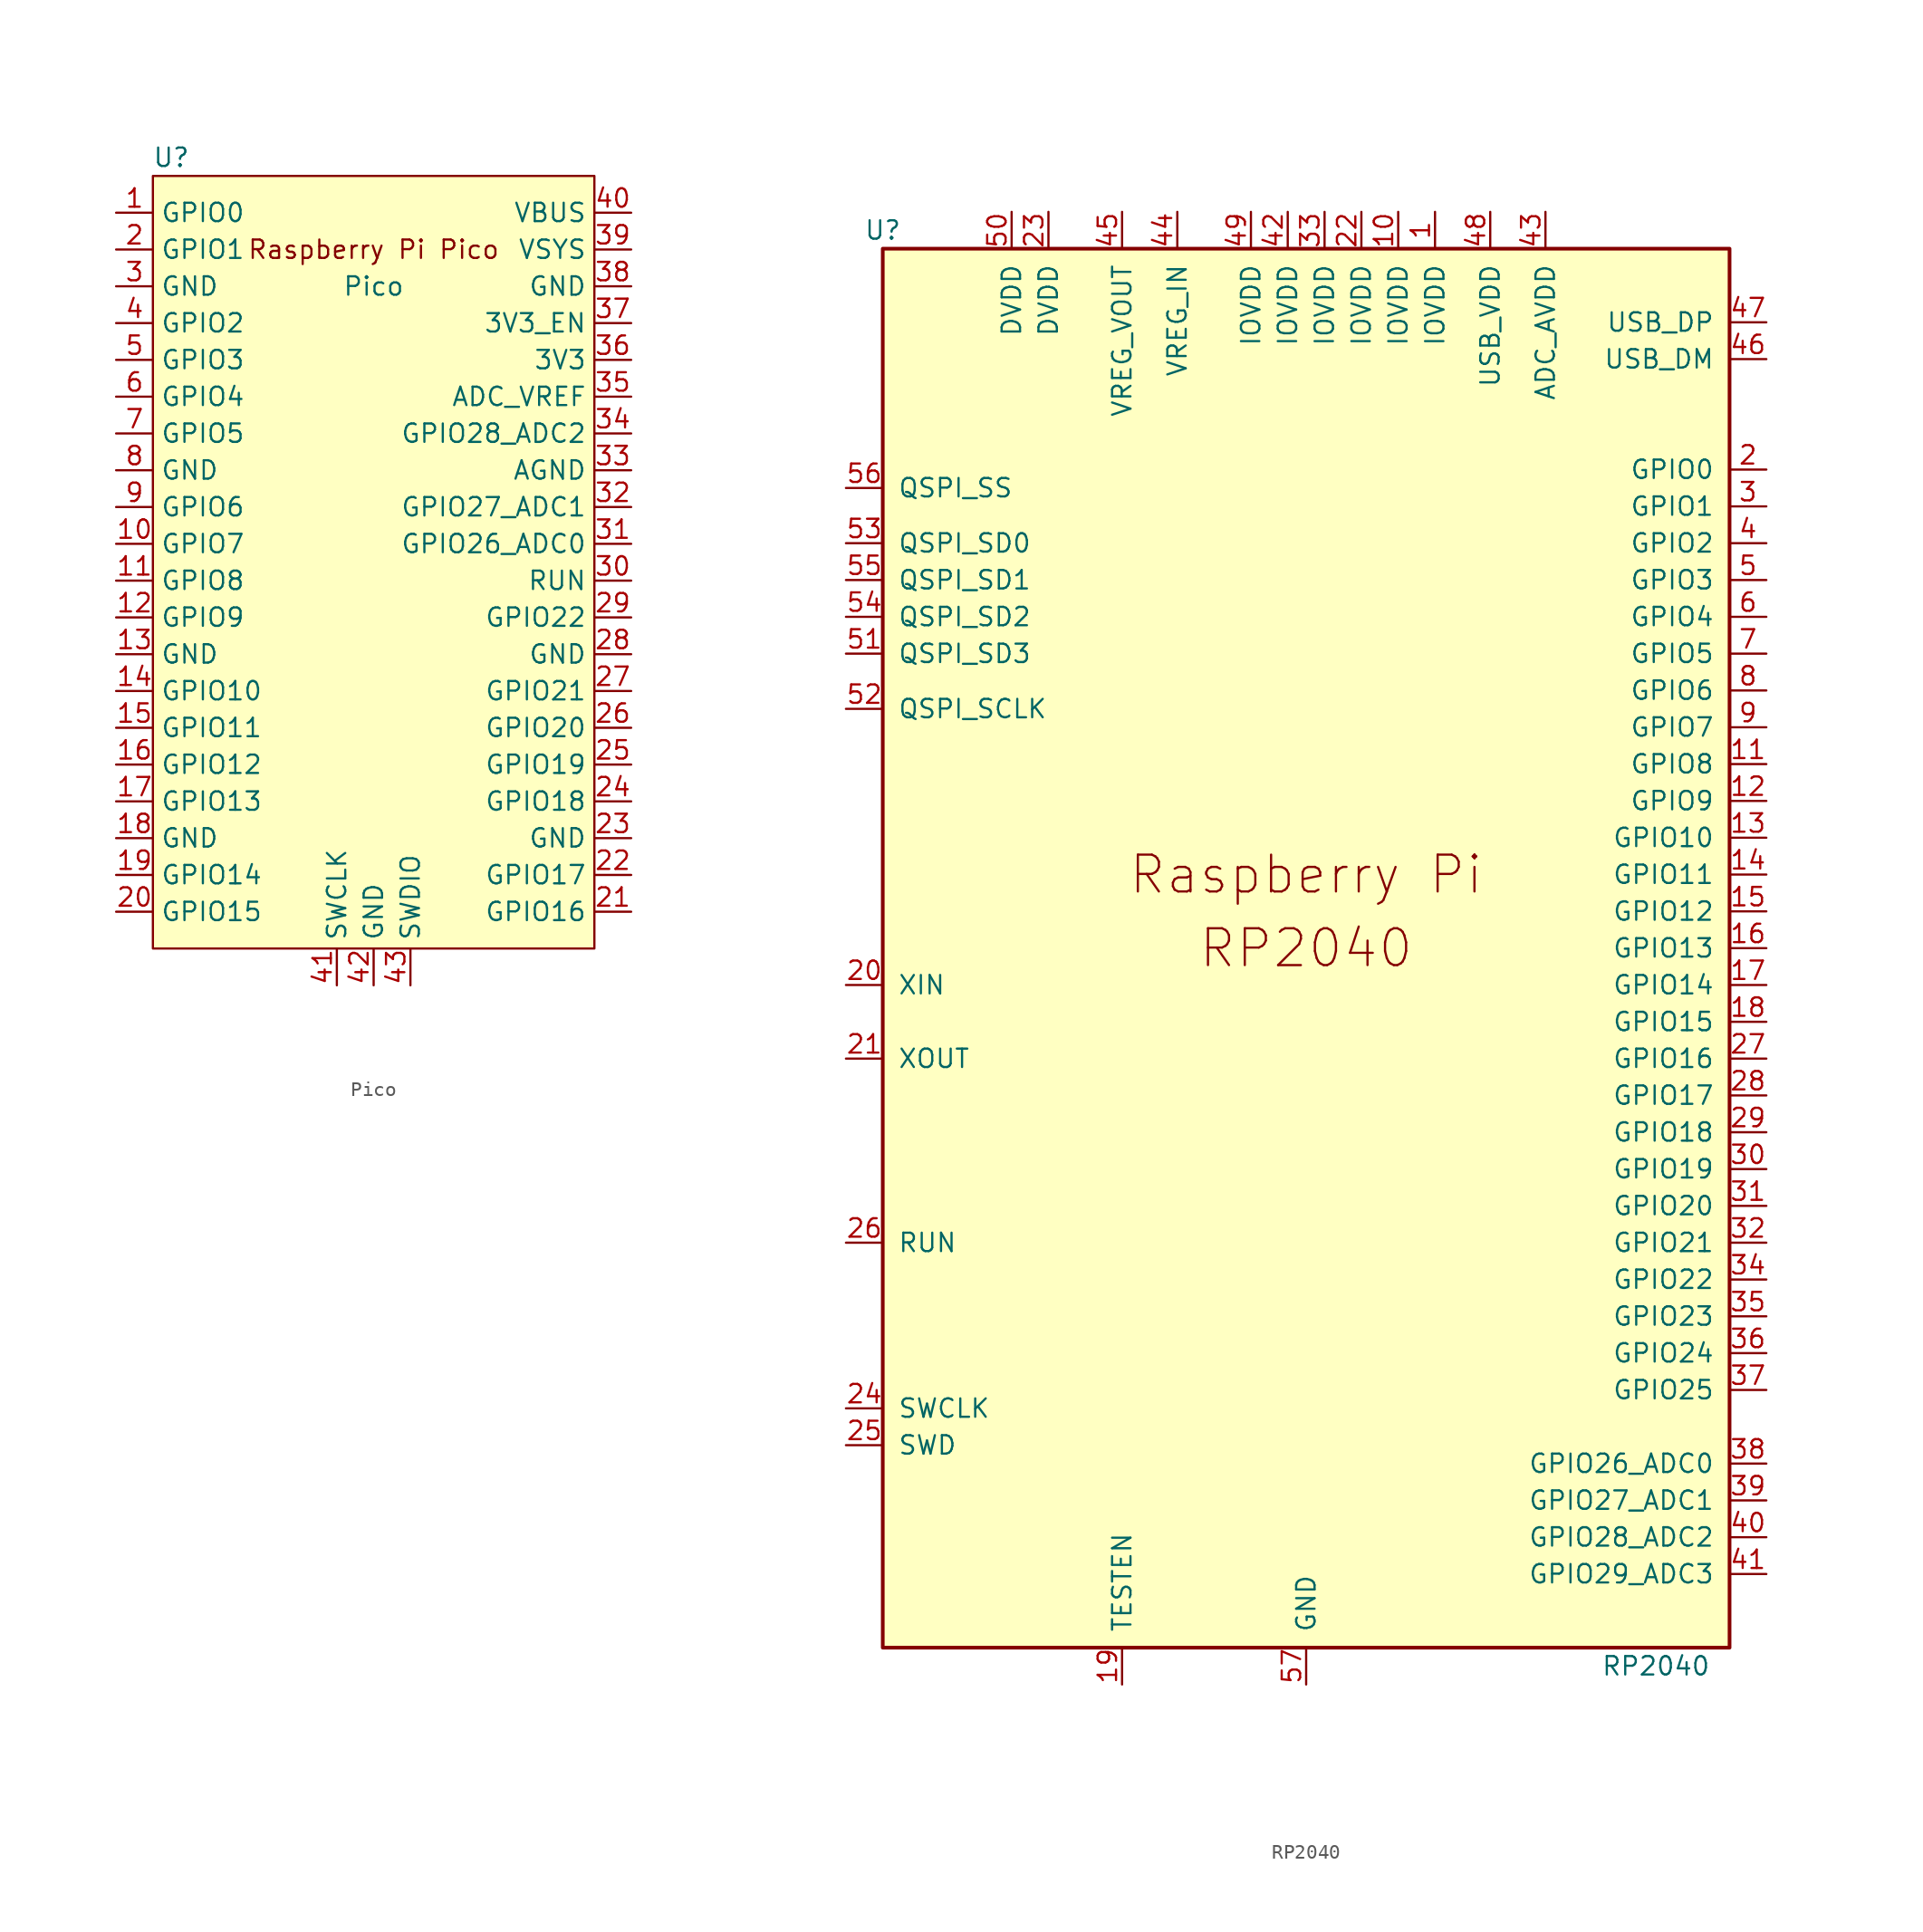
<source format=kicad_sym>
(kicad_symbol_lib
  (version 20220914)
  (generator kicad_symbol_editor)
  (symbol "Pico"
    (property "Reference" "U"
      (at -13.97 27.94 0)
      (effects (font (size 1.27 1.27))))
    (property "Value" "Pico"
      (at 0 19.05 0)
      (effects (font (size 1.27 1.27))))
    (symbol "Pico_0_0"
      (text "Raspberry Pi Pico" (at 0 21.59 0) (effects (font (size 1.27 1.27)))))
    (symbol "Pico_0_1"
      (rectangle (start -15.24 26.67) (end 15.24 -26.67) (stroke (width 0) (type default)) (fill (type background))))
    (symbol "Pico_1_1"
      (pin bidirectional line (at -17.78 24.13 0) (length 2.54) (name "GPIO0" (effects (font (size 1.27 1.27)))) (number "1" (effects (font (size 1.27 1.27)))))
      (pin bidirectional line (at -17.78 1.27 0) (length 2.54) (name "GPIO7" (effects (font (size 1.27 1.27)))) (number "10" (effects (font (size 1.27 1.27)))))
      (pin bidirectional line (at -17.78 -1.27 0) (length 2.54) (name "GPIO8" (effects (font (size 1.27 1.27)))) (number "11" (effects (font (size 1.27 1.27)))))
      (pin bidirectional line (at -17.78 -3.81 0) (length 2.54) (name "GPIO9" (effects (font (size 1.27 1.27)))) (number "12" (effects (font (size 1.27 1.27)))))
      (pin power_in line (at -17.78 -6.35 0) (length 2.54) (name "GND" (effects (font (size 1.27 1.27)))) (number "13" (effects (font (size 1.27 1.27)))))
      (pin bidirectional line (at -17.78 -8.89 0) (length 2.54) (name "GPIO10" (effects (font (size 1.27 1.27)))) (number "14" (effects (font (size 1.27 1.27)))))
      (pin bidirectional line (at -17.78 -11.43 0) (length 2.54) (name "GPIO11" (effects (font (size 1.27 1.27)))) (number "15" (effects (font (size 1.27 1.27)))))
      (pin bidirectional line (at -17.78 -13.97 0) (length 2.54) (name "GPIO12" (effects (font (size 1.27 1.27)))) (number "16" (effects (font (size 1.27 1.27)))))
      (pin bidirectional line (at -17.78 -16.51 0) (length 2.54) (name "GPIO13" (effects (font (size 1.27 1.27)))) (number "17" (effects (font (size 1.27 1.27)))))
      (pin power_in line (at -17.78 -19.05 0) (length 2.54) (name "GND" (effects (font (size 1.27 1.27)))) (number "18" (effects (font (size 1.27 1.27)))))
      (pin bidirectional line (at -17.78 -21.59 0) (length 2.54) (name "GPIO14" (effects (font (size 1.27 1.27)))) (number "19" (effects (font (size 1.27 1.27)))))
      (pin bidirectional line (at -17.78 21.59 0) (length 2.54) (name "GPIO1" (effects (font (size 1.27 1.27)))) (number "2" (effects (font (size 1.27 1.27)))))
      (pin bidirectional line (at -17.78 -24.13 0) (length 2.54) (name "GPIO15" (effects (font (size 1.27 1.27)))) (number "20" (effects (font (size 1.27 1.27)))))
      (pin bidirectional line (at 17.78 -24.13 180) (length 2.54) (name "GPIO16" (effects (font (size 1.27 1.27)))) (number "21" (effects (font (size 1.27 1.27)))))
      (pin bidirectional line (at 17.78 -21.59 180) (length 2.54) (name "GPIO17" (effects (font (size 1.27 1.27)))) (number "22" (effects (font (size 1.27 1.27)))))
      (pin power_in line (at 17.78 -19.05 180) (length 2.54) (name "GND" (effects (font (size 1.27 1.27)))) (number "23" (effects (font (size 1.27 1.27)))))
      (pin bidirectional line (at 17.78 -16.51 180) (length 2.54) (name "GPIO18" (effects (font (size 1.27 1.27)))) (number "24" (effects (font (size 1.27 1.27)))))
      (pin bidirectional line (at 17.78 -13.97 180) (length 2.54) (name "GPIO19" (effects (font (size 1.27 1.27)))) (number "25" (effects (font (size 1.27 1.27)))))
      (pin bidirectional line (at 17.78 -11.43 180) (length 2.54) (name "GPIO20" (effects (font (size 1.27 1.27)))) (number "26" (effects (font (size 1.27 1.27)))))
      (pin bidirectional line (at 17.78 -8.89 180) (length 2.54) (name "GPIO21" (effects (font (size 1.27 1.27)))) (number "27" (effects (font (size 1.27 1.27)))))
      (pin power_in line (at 17.78 -6.35 180) (length 2.54) (name "GND" (effects (font (size 1.27 1.27)))) (number "28" (effects (font (size 1.27 1.27)))))
      (pin bidirectional line (at 17.78 -3.81 180) (length 2.54) (name "GPIO22" (effects (font (size 1.27 1.27)))) (number "29" (effects (font (size 1.27 1.27)))))
      (pin power_in line (at -17.78 19.05 0) (length 2.54) (name "GND" (effects (font (size 1.27 1.27)))) (number "3" (effects (font (size 1.27 1.27)))))
      (pin input line (at 17.78 -1.27 180) (length 2.54) (name "RUN" (effects (font (size 1.27 1.27)))) (number "30" (effects (font (size 1.27 1.27)))))
      (pin bidirectional line (at 17.78 1.27 180) (length 2.54) (name "GPIO26_ADC0" (effects (font (size 1.27 1.27)))) (number "31" (effects (font (size 1.27 1.27)))))
      (pin bidirectional line (at 17.78 3.81 180) (length 2.54) (name "GPIO27_ADC1" (effects (font (size 1.27 1.27)))) (number "32" (effects (font (size 1.27 1.27)))))
      (pin power_in line (at 17.78 6.35 180) (length 2.54) (name "AGND" (effects (font (size 1.27 1.27)))) (number "33" (effects (font (size 1.27 1.27)))))
      (pin bidirectional line (at 17.78 8.89 180) (length 2.54) (name "GPIO28_ADC2" (effects (font (size 1.27 1.27)))) (number "34" (effects (font (size 1.27 1.27)))))
      (pin power_in line (at 17.78 11.43 180) (length 2.54) (name "ADC_VREF" (effects (font (size 1.27 1.27)))) (number "35" (effects (font (size 1.27 1.27)))))
      (pin power_out line (at 17.78 13.97 180) (length 2.54) (name "3V3" (effects (font (size 1.27 1.27)))) (number "36" (effects (font (size 1.27 1.27)))))
      (pin input line (at 17.78 16.51 180) (length 2.54) (name "3V3_EN" (effects (font (size 1.27 1.27)))) (number "37" (effects (font (size 1.27 1.27)))))
      (pin power_in line (at 17.78 19.05 180) (length 2.54) (name "GND" (effects (font (size 1.27 1.27)))) (number "38" (effects (font (size 1.27 1.27)))))
      (pin power_in line (at 17.78 21.59 180) (length 2.54) (name "VSYS" (effects (font (size 1.27 1.27)))) (number "39" (effects (font (size 1.27 1.27)))))
      (pin bidirectional line (at -17.78 16.51 0) (length 2.54) (name "GPIO2" (effects (font (size 1.27 1.27)))) (number "4" (effects (font (size 1.27 1.27)))))
      (pin power_in line (at 17.78 24.13 180) (length 2.54) (name "VBUS" (effects (font (size 1.27 1.27)))) (number "40" (effects (font (size 1.27 1.27)))))
      (pin input line (at -2.54 -29.21 90) (length 2.54) (name "SWCLK" (effects (font (size 1.27 1.27)))) (number "41" (effects (font (size 1.27 1.27)))))
      (pin power_in line (at 0 -29.21 90) (length 2.54) (name "GND" (effects (font (size 1.27 1.27)))) (number "42" (effects (font (size 1.27 1.27)))))
      (pin bidirectional line (at 2.54 -29.21 90) (length 2.54) (name "SWDIO" (effects (font (size 1.27 1.27)))) (number "43" (effects (font (size 1.27 1.27)))))
      (pin bidirectional line (at -17.78 13.97 0) (length 2.54) (name "GPIO3" (effects (font (size 1.27 1.27)))) (number "5" (effects (font (size 1.27 1.27)))))
      (pin bidirectional line (at -17.78 11.43 0) (length 2.54) (name "GPIO4" (effects (font (size 1.27 1.27)))) (number "6" (effects (font (size 1.27 1.27)))))
      (pin bidirectional line (at -17.78 8.89 0) (length 2.54) (name "GPIO5" (effects (font (size 1.27 1.27)))) (number "7" (effects (font (size 1.27 1.27)))))
      (pin power_in line (at -17.78 6.35 0) (length 2.54) (name "GND" (effects (font (size 1.27 1.27)))) (number "8" (effects (font (size 1.27 1.27)))))
      (pin bidirectional line (at -17.78 3.81 0) (length 2.54) (name "GPIO6" (effects (font (size 1.27 1.27)))) (number "9" (effects (font (size 1.27 1.27)))))))
  (symbol "RP2040"
    (pin_names
      (offset 1.016))
    (property "Reference" "U"
      (at -29.21 49.53 0)
      (effects (font (size 1.27 1.27))))
    (property "Value" "RP2040"
      (at 24.13 -49.53 0)
      (effects (font (size 1.27 1.27))))
    (symbol "RP2040_0_0"
      (text "Raspberry Pi" (at 0 5.08 0) (effects (font (size 2.54 2.54))))
      (text "RP2040" (at 0 0 0) (effects (font (size 2.54 2.54)))))
    (symbol "RP2040_0_1"
      (rectangle (start -29.21 48.26) (end 29.21 -48.26) (stroke (width 0.254) (type default)) (fill (type background))))
    (symbol "RP2040_1_1"
      (pin power_in line (at 8.89 50.8 270) (length 2.54) (name "IOVDD" (effects (font (size 1.27 1.27)))) (number "1" (effects (font (size 1.27 1.27)))))
      (pin power_in line (at 6.35 50.8 270) (length 2.54) (name "IOVDD" (effects (font (size 1.27 1.27)))) (number "10" (effects (font (size 1.27 1.27)))))
      (pin bidirectional line (at 31.75 12.7 180) (length 2.54) (name "GPIO8" (effects (font (size 1.27 1.27)))) (number "11" (effects (font (size 1.27 1.27)))))
      (pin bidirectional line (at 31.75 10.16 180) (length 2.54) (name "GPIO9" (effects (font (size 1.27 1.27)))) (number "12" (effects (font (size 1.27 1.27)))))
      (pin bidirectional line (at 31.75 7.62 180) (length 2.54) (name "GPIO10" (effects (font (size 1.27 1.27)))) (number "13" (effects (font (size 1.27 1.27)))))
      (pin bidirectional line (at 31.75 5.08 180) (length 2.54) (name "GPIO11" (effects (font (size 1.27 1.27)))) (number "14" (effects (font (size 1.27 1.27)))))
      (pin bidirectional line (at 31.75 2.54 180) (length 2.54) (name "GPIO12" (effects (font (size 1.27 1.27)))) (number "15" (effects (font (size 1.27 1.27)))))
      (pin bidirectional line (at 31.75 0 180) (length 2.54) (name "GPIO13" (effects (font (size 1.27 1.27)))) (number "16" (effects (font (size 1.27 1.27)))))
      (pin bidirectional line (at 31.75 -2.54 180) (length 2.54) (name "GPIO14" (effects (font (size 1.27 1.27)))) (number "17" (effects (font (size 1.27 1.27)))))
      (pin bidirectional line (at 31.75 -5.08 180) (length 2.54) (name "GPIO15" (effects (font (size 1.27 1.27)))) (number "18" (effects (font (size 1.27 1.27)))))
      (pin passive line (at -12.7 -50.8 90) (length 2.54) (name "TESTEN" (effects (font (size 1.27 1.27)))) (number "19" (effects (font (size 1.27 1.27)))))
      (pin bidirectional line (at 31.75 33.02 180) (length 2.54) (name "GPIO0" (effects (font (size 1.27 1.27)))) (number "2" (effects (font (size 1.27 1.27)))))
      (pin input line (at -31.75 -2.54 0) (length 2.54) (name "XIN" (effects (font (size 1.27 1.27)))) (number "20" (effects (font (size 1.27 1.27)))))
      (pin passive line (at -31.75 -7.62 0) (length 2.54) (name "XOUT" (effects (font (size 1.27 1.27)))) (number "21" (effects (font (size 1.27 1.27)))))
      (pin power_in line (at 3.81 50.8 270) (length 2.54) (name "IOVDD" (effects (font (size 1.27 1.27)))) (number "22" (effects (font (size 1.27 1.27)))))
      (pin power_in line (at -17.78 50.8 270) (length 2.54) (name "DVDD" (effects (font (size 1.27 1.27)))) (number "23" (effects (font (size 1.27 1.27)))))
      (pin output line (at -31.75 -31.75 0) (length 2.54) (name "SWCLK" (effects (font (size 1.27 1.27)))) (number "24" (effects (font (size 1.27 1.27)))))
      (pin bidirectional line (at -31.75 -34.29 0) (length 2.54) (name "SWD" (effects (font (size 1.27 1.27)))) (number "25" (effects (font (size 1.27 1.27)))))
      (pin input line (at -31.75 -20.32 0) (length 2.54) (name "RUN" (effects (font (size 1.27 1.27)))) (number "26" (effects (font (size 1.27 1.27)))))
      (pin bidirectional line (at 31.75 -7.62 180) (length 2.54) (name "GPIO16" (effects (font (size 1.27 1.27)))) (number "27" (effects (font (size 1.27 1.27)))))
      (pin bidirectional line (at 31.75 -10.16 180) (length 2.54) (name "GPIO17" (effects (font (size 1.27 1.27)))) (number "28" (effects (font (size 1.27 1.27)))))
      (pin bidirectional line (at 31.75 -12.7 180) (length 2.54) (name "GPIO18" (effects (font (size 1.27 1.27)))) (number "29" (effects (font (size 1.27 1.27)))))
      (pin bidirectional line (at 31.75 30.48 180) (length 2.54) (name "GPIO1" (effects (font (size 1.27 1.27)))) (number "3" (effects (font (size 1.27 1.27)))))
      (pin bidirectional line (at 31.75 -15.24 180) (length 2.54) (name "GPIO19" (effects (font (size 1.27 1.27)))) (number "30" (effects (font (size 1.27 1.27)))))
      (pin bidirectional line (at 31.75 -17.78 180) (length 2.54) (name "GPIO20" (effects (font (size 1.27 1.27)))) (number "31" (effects (font (size 1.27 1.27)))))
      (pin bidirectional line (at 31.75 -20.32 180) (length 2.54) (name "GPIO21" (effects (font (size 1.27 1.27)))) (number "32" (effects (font (size 1.27 1.27)))))
      (pin power_in line (at 1.27 50.8 270) (length 2.54) (name "IOVDD" (effects (font (size 1.27 1.27)))) (number "33" (effects (font (size 1.27 1.27)))))
      (pin bidirectional line (at 31.75 -22.86 180) (length 2.54) (name "GPIO22" (effects (font (size 1.27 1.27)))) (number "34" (effects (font (size 1.27 1.27)))))
      (pin bidirectional line (at 31.75 -25.4 180) (length 2.54) (name "GPIO23" (effects (font (size 1.27 1.27)))) (number "35" (effects (font (size 1.27 1.27)))))
      (pin bidirectional line (at 31.75 -27.94 180) (length 2.54) (name "GPIO24" (effects (font (size 1.27 1.27)))) (number "36" (effects (font (size 1.27 1.27)))))
      (pin bidirectional line (at 31.75 -30.48 180) (length 2.54) (name "GPIO25" (effects (font (size 1.27 1.27)))) (number "37" (effects (font (size 1.27 1.27)))))
      (pin bidirectional line (at 31.75 -35.56 180) (length 2.54) (name "GPIO26_ADC0" (effects (font (size 1.27 1.27)))) (number "38" (effects (font (size 1.27 1.27)))))
      (pin bidirectional line (at 31.75 -38.1 180) (length 2.54) (name "GPIO27_ADC1" (effects (font (size 1.27 1.27)))) (number "39" (effects (font (size 1.27 1.27)))))
      (pin bidirectional line (at 31.75 27.94 180) (length 2.54) (name "GPIO2" (effects (font (size 1.27 1.27)))) (number "4" (effects (font (size 1.27 1.27)))))
      (pin bidirectional line (at 31.75 -40.64 180) (length 2.54) (name "GPIO28_ADC2" (effects (font (size 1.27 1.27)))) (number "40" (effects (font (size 1.27 1.27)))))
      (pin bidirectional line (at 31.75 -43.18 180) (length 2.54) (name "GPIO29_ADC3" (effects (font (size 1.27 1.27)))) (number "41" (effects (font (size 1.27 1.27)))))
      (pin power_in line (at -1.27 50.8 270) (length 2.54) (name "IOVDD" (effects (font (size 1.27 1.27)))) (number "42" (effects (font (size 1.27 1.27)))))
      (pin power_in line (at 16.51 50.8 270) (length 2.54) (name "ADC_AVDD" (effects (font (size 1.27 1.27)))) (number "43" (effects (font (size 1.27 1.27)))))
      (pin power_in line (at -8.89 50.8 270) (length 2.54) (name "VREG_IN" (effects (font (size 1.27 1.27)))) (number "44" (effects (font (size 1.27 1.27)))))
      (pin power_out line (at -12.7 50.8 270) (length 2.54) (name "VREG_VOUT" (effects (font (size 1.27 1.27)))) (number "45" (effects (font (size 1.27 1.27)))))
      (pin bidirectional line (at 31.75 40.64 180) (length 2.54) (name "USB_DM" (effects (font (size 1.27 1.27)))) (number "46" (effects (font (size 1.27 1.27)))))
      (pin bidirectional line (at 31.75 43.18 180) (length 2.54) (name "USB_DP" (effects (font (size 1.27 1.27)))) (number "47" (effects (font (size 1.27 1.27)))))
      (pin power_in line (at 12.7 50.8 270) (length 2.54) (name "USB_VDD" (effects (font (size 1.27 1.27)))) (number "48" (effects (font (size 1.27 1.27)))))
      (pin power_in line (at -3.81 50.8 270) (length 2.54) (name "IOVDD" (effects (font (size 1.27 1.27)))) (number "49" (effects (font (size 1.27 1.27)))))
      (pin bidirectional line (at 31.75 25.4 180) (length 2.54) (name "GPIO3" (effects (font (size 1.27 1.27)))) (number "5" (effects (font (size 1.27 1.27)))))
      (pin power_in line (at -20.32 50.8 270) (length 2.54) (name "DVDD" (effects (font (size 1.27 1.27)))) (number "50" (effects (font (size 1.27 1.27)))))
      (pin bidirectional line (at -31.75 20.32 0) (length 2.54) (name "QSPI_SD3" (effects (font (size 1.27 1.27)))) (number "51" (effects (font (size 1.27 1.27)))))
      (pin output line (at -31.75 16.51 0) (length 2.54) (name "QSPI_SCLK" (effects (font (size 1.27 1.27)))) (number "52" (effects (font (size 1.27 1.27)))))
      (pin bidirectional line (at -31.75 27.94 0) (length 2.54) (name "QSPI_SD0" (effects (font (size 1.27 1.27)))) (number "53" (effects (font (size 1.27 1.27)))))
      (pin bidirectional line (at -31.75 22.86 0) (length 2.54) (name "QSPI_SD2" (effects (font (size 1.27 1.27)))) (number "54" (effects (font (size 1.27 1.27)))))
      (pin bidirectional line (at -31.75 25.4 0) (length 2.54) (name "QSPI_SD1" (effects (font (size 1.27 1.27)))) (number "55" (effects (font (size 1.27 1.27)))))
      (pin bidirectional line (at -31.75 31.75 0) (length 2.54) (name "QSPI_SS" (effects (font (size 1.27 1.27)))) (number "56" (effects (font (size 1.27 1.27)))))
      (pin power_in line (at 0 -50.8 90) (length 2.54) (name "GND" (effects (font (size 1.27 1.27)))) (number "57" (effects (font (size 1.27 1.27)))))
      (pin bidirectional line (at 31.75 22.86 180) (length 2.54) (name "GPIO4" (effects (font (size 1.27 1.27)))) (number "6" (effects (font (size 1.27 1.27)))))
      (pin bidirectional line (at 31.75 20.32 180) (length 2.54) (name "GPIO5" (effects (font (size 1.27 1.27)))) (number "7" (effects (font (size 1.27 1.27)))))
      (pin bidirectional line (at 31.75 17.78 180) (length 2.54) (name "GPIO6" (effects (font (size 1.27 1.27)))) (number "8" (effects (font (size 1.27 1.27)))))
      (pin bidirectional line (at 31.75 15.24 180) (length 2.54) (name "GPIO7" (effects (font (size 1.27 1.27)))) (number "9" (effects (font (size 1.27 1.27))))))))
</source>
